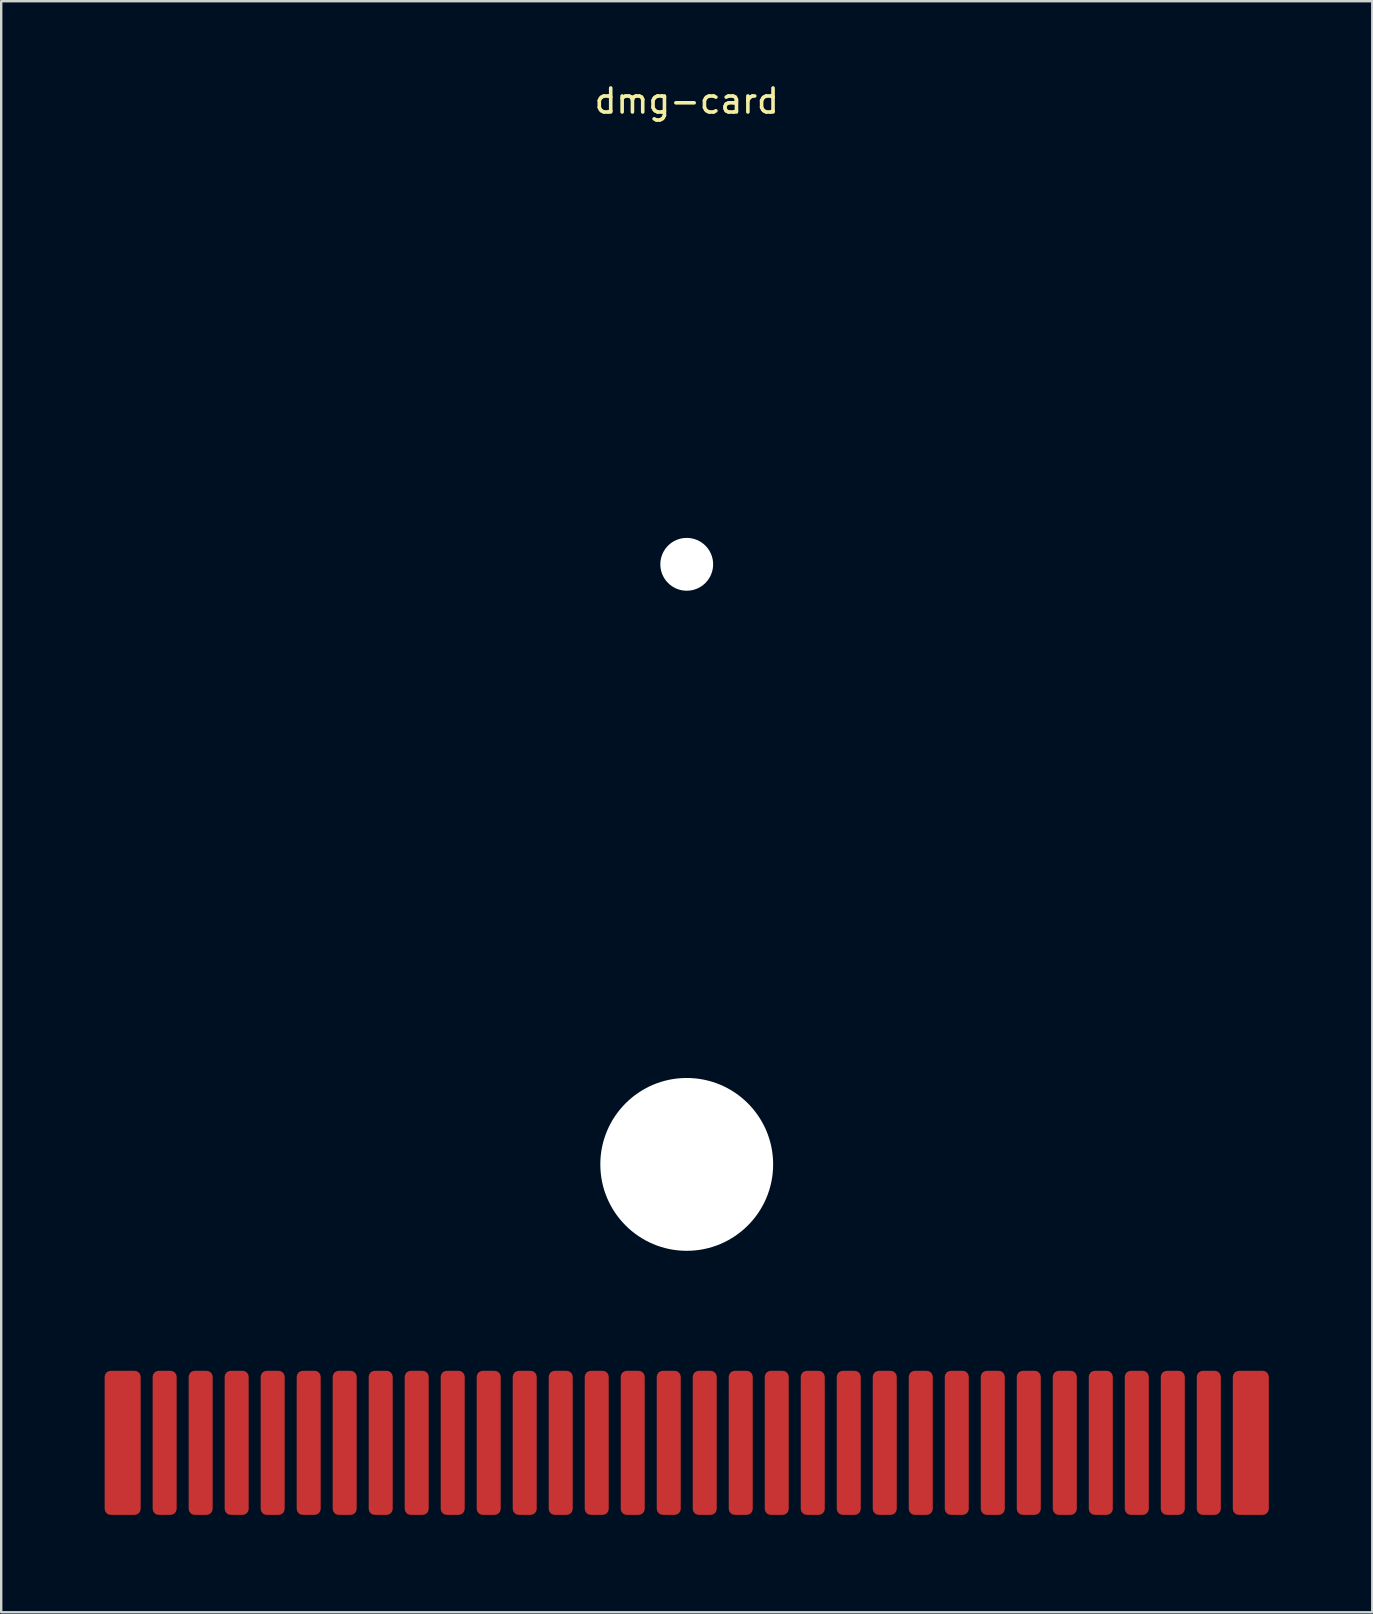
<source format=kicad_pcb>
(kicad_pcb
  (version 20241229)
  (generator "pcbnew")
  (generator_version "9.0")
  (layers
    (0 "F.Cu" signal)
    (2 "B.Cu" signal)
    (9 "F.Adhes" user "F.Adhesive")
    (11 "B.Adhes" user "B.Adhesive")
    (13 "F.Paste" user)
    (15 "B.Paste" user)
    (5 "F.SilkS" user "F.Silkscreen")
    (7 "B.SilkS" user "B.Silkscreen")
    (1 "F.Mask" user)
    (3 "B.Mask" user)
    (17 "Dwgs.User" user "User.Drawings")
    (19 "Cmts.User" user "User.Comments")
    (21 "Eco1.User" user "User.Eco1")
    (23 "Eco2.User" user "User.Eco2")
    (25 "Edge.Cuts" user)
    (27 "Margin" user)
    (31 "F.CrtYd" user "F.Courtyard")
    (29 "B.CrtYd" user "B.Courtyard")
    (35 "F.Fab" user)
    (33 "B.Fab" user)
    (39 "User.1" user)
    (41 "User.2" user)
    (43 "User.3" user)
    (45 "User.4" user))
  (footprint "dmg-card"
    (layer "F.Cu")
    (at 25.56 30.56)
    (property "Reference" "dmg-card" (at 0 -29.4 0) (layer "F.SilkS") (effects (font (size 1 1) (thickness 0.15))))
    (attr through_hole)
    (fp_line (start -25.5 21.3) (end -25.5 -29.5) (stroke (width 0.12) (type solid)) (layer "Eco2.User"))
    (fp_line (start -24.7 29.5) (end -24.7 22.1) (stroke (width 0.12) (type solid)) (layer "Eco2.User"))
    (fp_line (start -24.5 -30.5) (end 20 -30.5) (stroke (width 0.12) (type solid)) (layer "Eco2.User"))
    (fp_line (start -23.7 30.5) (end 23.7 30.5) (stroke (width 0.12) (type solid)) (layer "Eco2.User"))
    (fp_line (start 21 -29) (end 21 -29.5) (stroke (width 0.12) (type solid)) (layer "Eco2.User"))
    (fp_line (start 24.5 -28) (end 22 -28) (stroke (width 0.12) (type solid)) (layer "Eco2.User"))
    (fp_line (start 24.7 29.5) (end 24.7 22.1) (stroke (width 0.12) (type solid)) (layer "Eco2.User"))
    (fp_line (start 25.5 21.3) (end 25.5 -27) (stroke (width 0.12) (type solid)) (layer "Eco2.User"))
    (fp_arc (start -25.5 -29.5) (mid -25.207107 -30.207107) (end -24.5 -30.5) (stroke (width 0.12) (type solid)) (layer "Eco2.User"))
    (fp_arc (start -25.1 21.7) (mid -25.382843 21.582843) (end -25.5 21.3) (stroke (width 0.12) (type solid)) (layer "Eco2.User"))
    (fp_arc (start -25.1 21.7) (mid -24.817157 21.817157) (end -24.7 22.1) (stroke (width 0.12) (type solid)) (layer "Eco2.User"))
    (fp_arc (start -23.7 30.5) (mid -24.407107 30.207107) (end -24.7 29.5) (stroke (width 0.12) (type solid)) (layer "Eco2.User"))
    (fp_arc (start 20 -30.5) (mid 20.707107 -30.207107) (end 21 -29.5) (stroke (width 0.12) (type solid)) (layer "Eco2.User"))
    (fp_arc (start 22 -28) (mid 21.292893 -28.292893) (end 21 -29) (stroke (width 0.12) (type solid)) (layer "Eco2.User"))
    (fp_arc (start 24.5 -28) (mid 25.207107 -27.707107) (end 25.5 -27) (stroke (width 0.12) (type solid)) (layer "Eco2.User"))
    (fp_arc (start 24.7 22.1) (mid 24.817157 21.817157) (end 25.1 21.7) (stroke (width 0.12) (type solid)) (layer "Eco2.User"))
    (fp_arc (start 24.7 29.5) (mid 24.407107 30.207107) (end 23.7 30.5) (stroke (width 0.12) (type solid)) (layer "Eco2.User"))
    (fp_arc (start 25.5 21.3) (mid 25.382843 21.582843) (end 25.1 21.7) (stroke (width 0.12) (type solid)) (layer "Eco2.User"))
    (fp_circle (center 0 -10.1) (end 0 -9) (stroke (width 0.12) (type solid)) (fill no) (layer "Eco2.User"))
    (fp_circle (center 0 14.9) (end 3.6 14.9) (stroke (width 0.12) (type solid)) (fill no) (layer "Eco2.User"))
    (pad "" np_thru_hole circle (at 0 -10.1) (size 2.2 2.2) (drill 2.2) (layers "*.Cu" "*.Mask"))
    (pad "" np_thru_hole circle (at 0 14.9) (size 7.2 7.2) (drill 7.2) (layers "*.Cu" "*.Mask"))
    (pad "" smd rect (at 0 25.5 180) (size 49.4 3) (layers "F.Mask"))
    (pad "" smd roundrect (at 0 27.5 180) (size 49.4 6) (layers "F.Mask") (roundrect_rratio 0.167))
    (pad "1" smd roundrect (at -23.5 26.5 180) (size 1.5 6) (layers "F.Cu") (roundrect_rratio 0.167))
    (pad "2" smd roundrect (at -21.75 26.5 180) (size 1 6) (layers "F.Cu") (roundrect_rratio 0.25))
    (pad "3" smd roundrect (at -20.25 26.5 180) (size 1 6) (layers "F.Cu") (roundrect_rratio 0.25))
    (pad "4" smd roundrect (at -18.75 26.5 180) (size 1 6) (layers "F.Cu") (roundrect_rratio 0.25))
    (pad "5" smd roundrect (at -17.25 26.5 180) (size 1 6) (layers "F.Cu") (roundrect_rratio 0.25))
    (pad "6" smd roundrect (at -15.75 26.5 180) (size 1 6) (layers "F.Cu") (roundrect_rratio 0.25))
    (pad "7" smd roundrect (at -14.25 26.5 180) (size 1 6) (layers "F.Cu") (roundrect_rratio 0.25))
    (pad "8" smd roundrect (at -12.75 26.5 180) (size 1 6) (layers "F.Cu") (roundrect_rratio 0.25))
    (pad "9" smd roundrect (at -11.25 26.5 180) (size 1 6) (layers "F.Cu") (roundrect_rratio 0.25))
    (pad "10" smd roundrect (at -9.75 26.5 180) (size 1 6) (layers "F.Cu") (roundrect_rratio 0.25))
    (pad "11" smd roundrect (at -8.25 26.5 180) (size 1 6) (layers "F.Cu") (roundrect_rratio 0.25))
    (pad "12" smd roundrect (at -6.75 26.5 180) (size 1 6) (layers "F.Cu") (roundrect_rratio 0.25))
    (pad "13" smd roundrect (at -5.25 26.5 180) (size 1 6) (layers "F.Cu") (roundrect_rratio 0.25))
    (pad "14" smd roundrect (at -3.75 26.5 180) (size 1 6) (layers "F.Cu") (roundrect_rratio 0.25))
    (pad "15" smd roundrect (at -2.25 26.5 180) (size 1 6) (layers "F.Cu") (roundrect_rratio 0.25))
    (pad "16" smd roundrect (at -0.75 26.5 180) (size 1 6) (layers "F.Cu") (roundrect_rratio 0.25))
    (pad "17" smd roundrect (at 0.75 26.5 180) (size 1 6) (layers "F.Cu") (roundrect_rratio 0.25))
    (pad "18" smd roundrect (at 2.25 26.5 180) (size 1 6) (layers "F.Cu") (roundrect_rratio 0.25))
    (pad "19" smd roundrect (at 3.75 26.5 180) (size 1 6) (layers "F.Cu") (roundrect_rratio 0.25))
    (pad "20" smd roundrect (at 5.25 26.5 180) (size 1 6) (layers "F.Cu") (roundrect_rratio 0.25))
    (pad "21" smd roundrect (at 6.75 26.5 180) (size 1 6) (layers "F.Cu") (roundrect_rratio 0.25))
    (pad "22" smd roundrect (at 8.25 26.5 180) (size 1 6) (layers "F.Cu") (roundrect_rratio 0.25))
    (pad "23" smd roundrect (at 9.75 26.5 180) (size 1 6) (layers "F.Cu") (roundrect_rratio 0.25))
    (pad "24" smd roundrect (at 11.25 26.5 180) (size 1 6) (layers "F.Cu") (roundrect_rratio 0.25))
    (pad "25" smd roundrect (at 12.75 26.5 180) (size 1 6) (layers "F.Cu") (roundrect_rratio 0.25))
    (pad "26" smd roundrect (at 14.25 26.5 180) (size 1 6) (layers "F.Cu") (roundrect_rratio 0.25))
    (pad "27" smd roundrect (at 15.75 26.5 180) (size 1 6) (layers "F.Cu") (roundrect_rratio 0.25))
    (pad "28" smd roundrect (at 17.25 26.5 180) (size 1 6) (layers "F.Cu") (roundrect_rratio 0.25))
    (pad "29" smd roundrect (at 18.75 26.5 180) (size 1 6) (layers "F.Cu") (roundrect_rratio 0.25))
    (pad "30" smd roundrect (at 20.25 26.5 180) (size 1 6) (layers "F.Cu") (roundrect_rratio 0.25))
    (pad "31" smd roundrect (at 21.75 26.5 180) (size 1 6) (layers "F.Cu") (roundrect_rratio 0.25))
    (pad "32" smd roundrect (at 23.5 26.5 180) (size 1.5 6) (layers "F.Cu") (roundrect_rratio 0.167)))
  (gr_rect
    (start -3 -3)
    (end 54.12 64.12)
    (stroke (width 0.1) (type default))
    (fill no)
    (layer "Edge.Cuts")))
</source>
